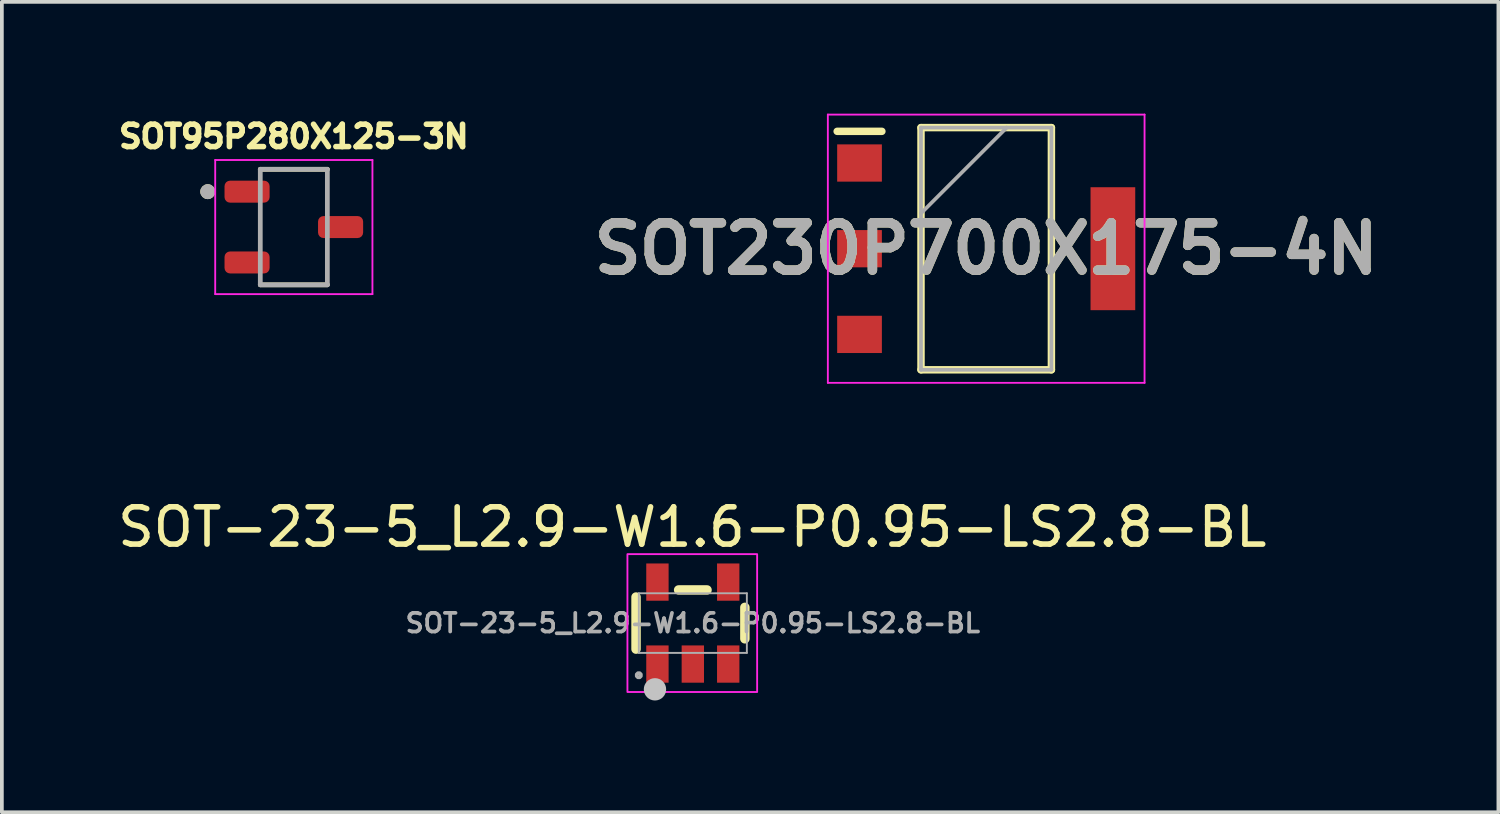
<source format=kicad_pcb>
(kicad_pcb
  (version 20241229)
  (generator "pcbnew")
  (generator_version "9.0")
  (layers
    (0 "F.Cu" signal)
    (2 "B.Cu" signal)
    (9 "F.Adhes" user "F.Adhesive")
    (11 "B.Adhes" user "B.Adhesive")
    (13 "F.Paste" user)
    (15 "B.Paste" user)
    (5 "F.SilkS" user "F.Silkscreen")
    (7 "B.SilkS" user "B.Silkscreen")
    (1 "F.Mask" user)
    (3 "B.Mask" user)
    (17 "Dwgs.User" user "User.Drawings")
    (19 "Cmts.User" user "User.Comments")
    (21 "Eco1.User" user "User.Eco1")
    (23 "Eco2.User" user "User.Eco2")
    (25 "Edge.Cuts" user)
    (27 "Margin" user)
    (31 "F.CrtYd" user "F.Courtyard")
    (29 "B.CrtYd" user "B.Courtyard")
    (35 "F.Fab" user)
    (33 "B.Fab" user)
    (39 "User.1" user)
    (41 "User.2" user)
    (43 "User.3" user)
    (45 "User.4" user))
  (footprint "SOT-23-5_L2.9-W1.6-P0.95-LS2.8-BL"
    (layer "F.Cu")
    (at 15.545 13.673)
    (property "Reference" "SOT-23-5_L2.9-W1.6-P0.95-LS2.8-BL" (at -0.015 -2.575 0) (layer "F.SilkS") (effects (font (size 1 1) (thickness 0.15))))
    (fp_line (start -1.524 -0.699) (end -1.524 0.699) (stroke (width 0.254) (type default)) (layer "F.SilkS"))
    (fp_line (start -0.381 -0.889) (end 0.381 -0.889) (stroke (width 0.254) (type default)) (layer "F.SilkS"))
    (fp_line (start 1.397 -0.422) (end 1.397 0.422) (stroke (width 0.254) (type default)) (layer "F.SilkS"))
    (fp_circle (center -1.016 1.778) (end -0.866 1.778) (stroke (width 0.3) (type default)) (fill no) (layer "Dwgs.User"))
    (fp_rect (start -1.755 -1.85) (end 1.726 1.85) (stroke (width 0.05) (type default)) (fill no) (layer "F.CrtYd"))
    (fp_line (start -1.45 -0.8) (end 1.45 -0.8) (stroke (width 0.051) (type default)) (layer "F.Fab"))
    (fp_line (start -1.45 0.8) (end -1.45 -0.8) (stroke (width 0.051) (type default)) (layer "F.Fab"))
    (fp_line (start 1.45 -0.8) (end 1.45 0.8) (stroke (width 0.051) (type default)) (layer "F.Fab"))
    (fp_line (start 1.45 0.8) (end -1.45 0.8) (stroke (width 0.051) (type default)) (layer "F.Fab"))
    (fp_poly (pts (xy -1.395 1.377) (xy -1.427 1.345) (xy -1.473 1.345) (xy -1.505 1.377) (xy -1.505 1.423) (xy -1.473 1.455) (xy -1.427 1.455) (xy -1.395 1.423)) (stroke (width 0.1) (type default)) (fill no) (layer "F.Fab"))
    (fp_poly (pts (xy -1.15 -0.95) (xy -1.15 -1.4) (xy -0.75 -1.4) (xy -0.75 -0.95)) (stroke (width 0.1) (type default)) (fill no) (layer "User.1"))
    (fp_poly (pts (xy -1.15 -0.79) (xy -1.15 -0.96) (xy -0.75 -0.96) (xy -0.75 -0.79)) (stroke (width 0.1) (type default)) (fill no) (layer "User.1"))
    (fp_poly (pts (xy -1.15 0.96) (xy -1.15 0.79) (xy -0.75 0.79) (xy -0.75 0.96)) (stroke (width 0.1) (type default)) (fill no) (layer "User.1"))
    (fp_poly (pts (xy -1.15 1.4) (xy -1.15 0.95) (xy -0.75 0.95) (xy -0.75 1.4)) (stroke (width 0.1) (type default)) (fill no) (layer "User.1"))
    (fp_poly (pts (xy -0.2 0.96) (xy -0.2 0.79) (xy 0.2 0.79) (xy 0.2 0.96)) (stroke (width 0.1) (type default)) (fill no) (layer "User.1"))
    (fp_poly (pts (xy -0.2 1.4) (xy -0.2 0.95) (xy 0.2 0.95) (xy 0.2 1.4)) (stroke (width 0.1) (type default)) (fill no) (layer "User.1"))
    (fp_poly (pts (xy 0.75 -0.95) (xy 0.75 -1.4) (xy 1.15 -1.4) (xy 1.15 -0.95)) (stroke (width 0.1) (type default)) (fill no) (layer "User.1"))
    (fp_poly (pts (xy 0.75 -0.79) (xy 0.75 -0.96) (xy 1.15 -0.96) (xy 1.15 -0.79)) (stroke (width 0.1) (type default)) (fill no) (layer "User.1"))
    (fp_poly (pts (xy 0.75 0.96) (xy 0.75 0.79) (xy 1.15 0.79) (xy 1.15 0.96)) (stroke (width 0.1) (type default)) (fill no) (layer "User.1"))
    (fp_poly (pts (xy 0.75 1.4) (xy 0.75 0.95) (xy 1.15 0.95) (xy 1.15 1.4)) (stroke (width 0.1) (type default)) (fill no) (layer "User.1"))
    (fp_text user "${REFERENCE}" (at 0 0 0) (layer "F.Fab") (effects (font (size 0.5 0.5) (thickness 0.1))))
    (pad "1" smd rect (at -0.95 1.1) (size 0.6 1) (layers "F.Cu" "F.Mask" "F.Paste"))
    (pad "2" smd rect (at 0 1.1) (size 0.6 1) (layers "F.Cu" "F.Mask" "F.Paste"))
    (pad "3" smd rect (at 0.95 1.1) (size 0.6 1) (layers "F.Cu" "F.Mask" "F.Paste"))
    (pad "4" smd rect (at 0.95 -1.1) (size 0.6 1) (layers "F.Cu" "F.Mask" "F.Paste"))
    (pad "5" smd rect (at -0.95 -1.1) (size 0.6 1) (layers "F.Cu" "F.Mask" "F.Paste")))
  (footprint "SOT95P280X125-3N"
    (layer "F.Cu")
    (at 4.836 3.044)
    (property "Reference" "SOT95P280X125-3N" (at 0 -2.43 0) (layer "F.SilkS") (effects (font (size 0.6 0.6) (thickness 0.15))))
    (attr smd)
    (fp_line (start -0.9 1.55) (end 0.9 1.55) (stroke (width 0.127) (type solid)) (layer "F.SilkS"))
    (fp_line (start 0.9 -1.55) (end -0.9 -1.55) (stroke (width 0.127) (type solid)) (layer "F.SilkS"))
    (fp_circle (center -2.31 -0.95) (end -2.21 -0.95) (stroke (width 0.2) (type solid)) (fill no) (layer "F.SilkS"))
    (fp_line (start -2.11 -1.8) (end 2.11 -1.8) (stroke (width 0.05) (type solid)) (layer "F.CrtYd"))
    (fp_line (start -2.11 1.8) (end -2.11 -1.8) (stroke (width 0.05) (type solid)) (layer "F.CrtYd"))
    (fp_line (start 2.11 -1.8) (end 2.11 1.8) (stroke (width 0.05) (type solid)) (layer "F.CrtYd"))
    (fp_line (start 2.11 1.8) (end -2.11 1.8) (stroke (width 0.05) (type solid)) (layer "F.CrtYd"))
    (fp_line (start -0.9 -1.55) (end -0.9 1.55) (stroke (width 0.127) (type solid)) (layer "F.Fab"))
    (fp_line (start -0.9 1.55) (end 0.9 1.55) (stroke (width 0.127) (type solid)) (layer "F.Fab"))
    (fp_line (start 0.9 -1.55) (end -0.9 -1.55) (stroke (width 0.127) (type solid)) (layer "F.Fab"))
    (fp_line (start 0.9 1.55) (end 0.9 -1.55) (stroke (width 0.127) (type solid)) (layer "F.Fab"))
    (fp_circle (center -2.31 -0.95) (end -2.21 -0.95) (stroke (width 0.2) (type solid)) (fill no) (layer "F.Fab"))
    (pad "1" smd roundrect (at -1.255 -0.95) (size 1.21 0.59) (layers "F.Cu" "F.Mask" "F.Paste") (roundrect_rratio 0.25))
    (pad "2" smd roundrect (at -1.255 0.95) (size 1.21 0.59) (layers "F.Cu" "F.Mask" "F.Paste") (roundrect_rratio 0.25))
    (pad "3" smd roundrect (at 1.255 0) (size 1.21 0.59) (layers "F.Cu" "F.Mask" "F.Paste") (roundrect_rratio 0.25)))
  (footprint "SOT230P700X175-4N"
    (layer "F.Cu")
    (at 23.419 3.625)
    (property "Reference" "SOT230P700X175-4N" (at 0 0 0) (layer "F.SilkS") (effects (font (size 1.27 1.27) (thickness 0.254))))
    (attr smd)
    (fp_line (start -4 -3.15) (end -2.8 -3.15) (stroke (width 0.2) (type solid)) (layer "F.SilkS"))
    (fp_line (start -1.75 -3.25) (end 1.75 -3.25) (stroke (width 0.2) (type solid)) (layer "F.SilkS"))
    (fp_line (start -1.75 3.25) (end -1.75 -3.25) (stroke (width 0.2) (type solid)) (layer "F.SilkS"))
    (fp_line (start 1.75 -3.25) (end 1.75 3.25) (stroke (width 0.2) (type solid)) (layer "F.SilkS"))
    (fp_line (start 1.75 3.25) (end -1.75 3.25) (stroke (width 0.2) (type solid)) (layer "F.SilkS"))
    (fp_line (start -4.25 -3.6) (end 4.25 -3.6) (stroke (width 0.05) (type solid)) (layer "F.CrtYd"))
    (fp_line (start -4.25 3.6) (end -4.25 -3.6) (stroke (width 0.05) (type solid)) (layer "F.CrtYd"))
    (fp_line (start 4.25 -3.6) (end 4.25 3.6) (stroke (width 0.05) (type solid)) (layer "F.CrtYd"))
    (fp_line (start 4.25 3.6) (end -4.25 3.6) (stroke (width 0.05) (type solid)) (layer "F.CrtYd"))
    (fp_line (start -1.75 -3.25) (end 1.75 -3.25) (stroke (width 0.1) (type solid)) (layer "F.Fab"))
    (fp_line (start -1.75 -0.95) (end 0.55 -3.25) (stroke (width 0.1) (type solid)) (layer "F.Fab"))
    (fp_line (start -1.75 3.25) (end -1.75 -3.25) (stroke (width 0.1) (type solid)) (layer "F.Fab"))
    (fp_line (start 1.75 -3.25) (end 1.75 3.25) (stroke (width 0.1) (type solid)) (layer "F.Fab"))
    (fp_line (start 1.75 3.25) (end -1.75 3.25) (stroke (width 0.1) (type solid)) (layer "F.Fab"))
    (fp_text user "${REFERENCE}" (at 0 0 0) (layer "F.Fab") (effects (font (size 1.27 1.27) (thickness 0.254))))
    (pad "1" smd rect (at -3.4 -2.3 90) (size 1 1.2) (layers "F.Cu" "F.Mask" "F.Paste"))
    (pad "2" smd rect (at -3.4 0 90) (size 1 1.2) (layers "F.Cu" "F.Mask" "F.Paste"))
    (pad "3" smd rect (at -3.4 2.3 90) (size 1 1.2) (layers "F.Cu" "F.Mask" "F.Paste"))
    (pad "4" smd rect (at 3.4 0) (size 1.2 3.3) (layers "F.Cu" "F.Mask" "F.Paste")))
  (gr_rect
    (start -3 -3)
    (end 37.166 18.751)
    (stroke (width 0.1) (type default))
    (fill no)
    (layer "Edge.Cuts")))
</source>
